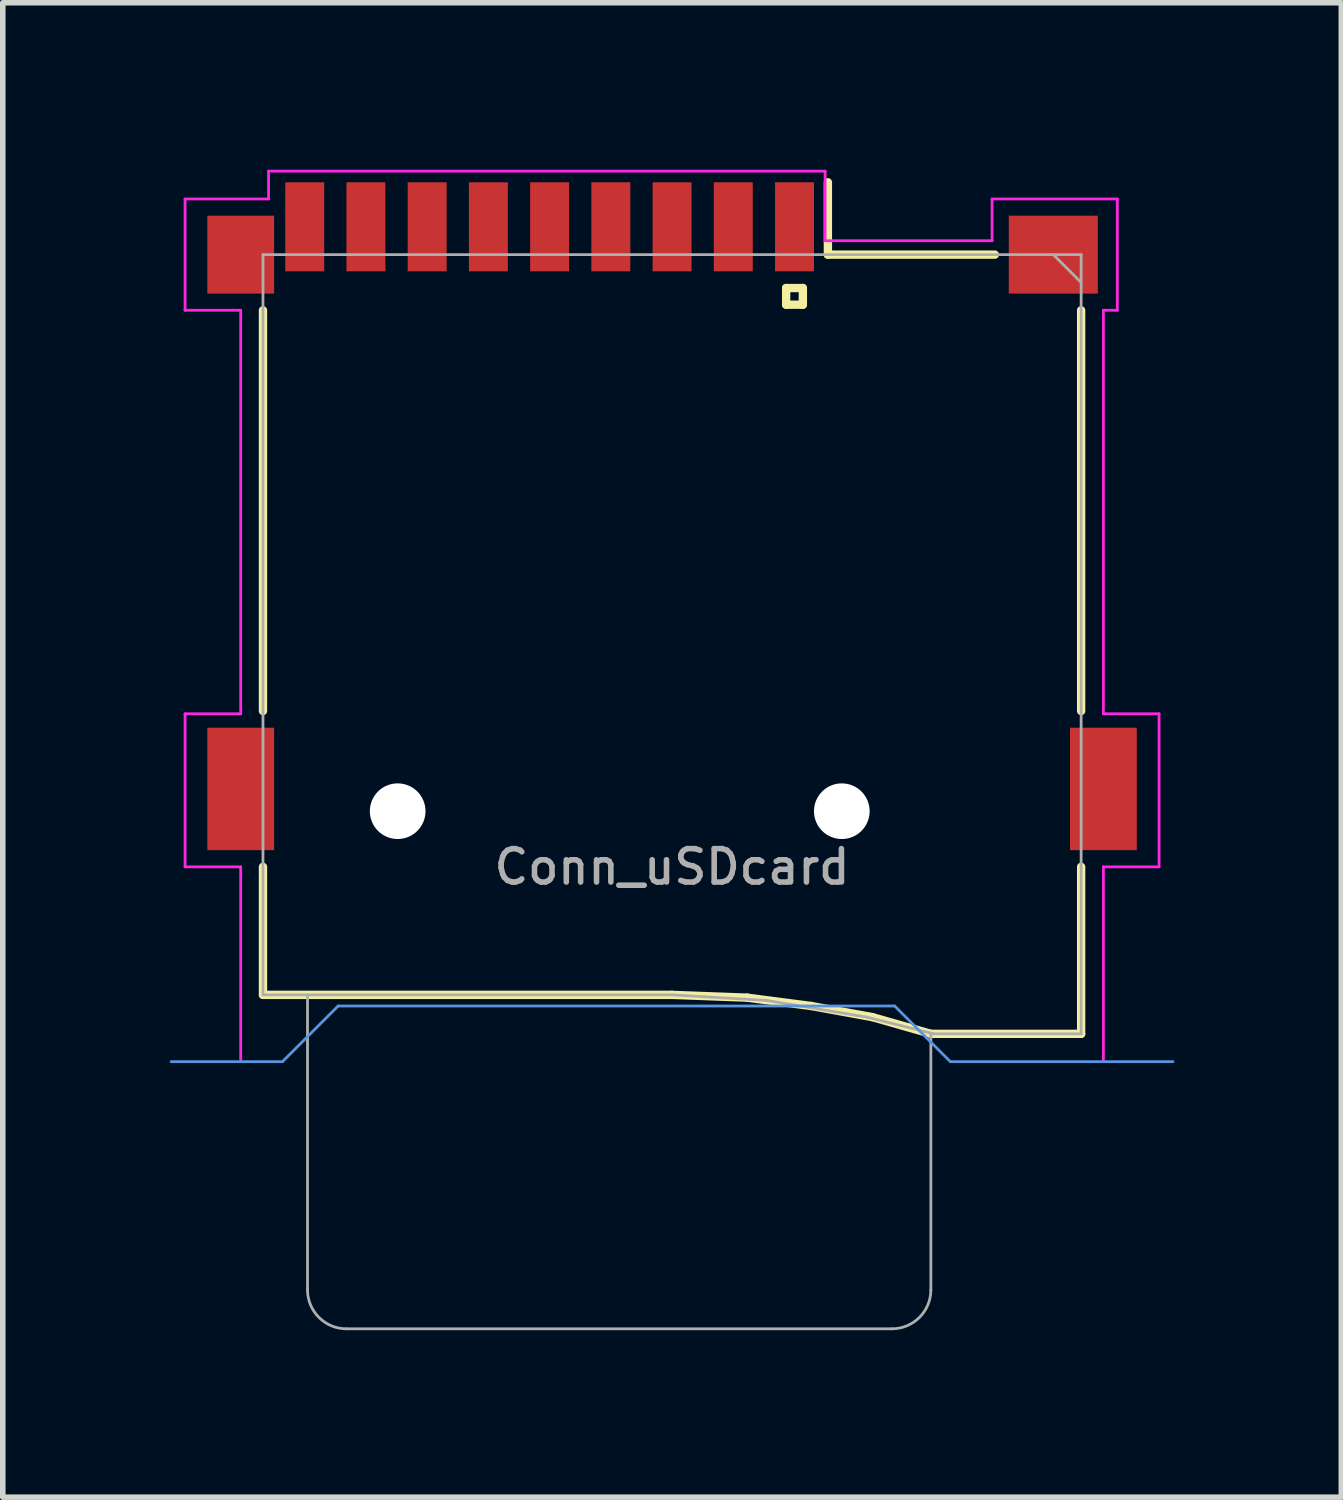
<source format=kicad_pcb>
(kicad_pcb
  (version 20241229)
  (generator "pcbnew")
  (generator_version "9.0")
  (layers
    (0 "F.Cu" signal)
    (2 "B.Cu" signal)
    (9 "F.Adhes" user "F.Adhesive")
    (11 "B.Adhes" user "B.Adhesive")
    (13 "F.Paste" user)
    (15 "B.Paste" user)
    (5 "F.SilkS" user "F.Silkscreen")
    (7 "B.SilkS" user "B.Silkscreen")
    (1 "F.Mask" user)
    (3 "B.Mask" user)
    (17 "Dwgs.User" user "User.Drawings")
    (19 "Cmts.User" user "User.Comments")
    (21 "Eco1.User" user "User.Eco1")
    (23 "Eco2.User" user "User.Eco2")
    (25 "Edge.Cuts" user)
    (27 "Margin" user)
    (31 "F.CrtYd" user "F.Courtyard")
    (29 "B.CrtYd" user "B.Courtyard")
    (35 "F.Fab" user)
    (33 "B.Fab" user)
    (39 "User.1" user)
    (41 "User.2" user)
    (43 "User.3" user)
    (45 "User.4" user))
  (footprint "Conn_uSDcard"
    (layer "F.Cu")
    (at 9.025 11.525)
    (property "Reference" "Conn_uSDcard" (at 0 1 180) (layer "F.Fab") (effects (font (size 0.6 0.6) (thickness 0.1))))
    (attr through_hole)
    (fp_line (start -7.35 -1.8) (end -7.35 -9) (stroke (width 0.15) (type solid)) (layer "F.SilkS"))
    (fp_line (start -7.35 1) (end -7.35 3.3) (stroke (width 0.15) (type solid)) (layer "F.SilkS"))
    (fp_line (start -7.35 3.3) (end 0 3.3) (stroke (width 0.15) (type solid)) (layer "F.SilkS"))
    (fp_line (start 0 3.3) (end 1.35 3.35) (stroke (width 0.15) (type solid)) (layer "F.SilkS"))
    (fp_line (start 1.35 3.35) (end 2.5 3.5) (stroke (width 0.15) (type solid)) (layer "F.SilkS"))
    (fp_line (start 2.05 -9.4) (end 2.05 -9.1) (stroke (width 0.15) (type solid)) (layer "F.SilkS"))
    (fp_line (start 2.05 -9.1) (end 2.35 -9.1) (stroke (width 0.15) (type solid)) (layer "F.SilkS"))
    (fp_line (start 2.35 -9.4) (end 2.05 -9.4) (stroke (width 0.15) (type solid)) (layer "F.SilkS"))
    (fp_line (start 2.35 -9.1) (end 2.35 -9.4) (stroke (width 0.15) (type solid)) (layer "F.SilkS"))
    (fp_line (start 2.5 3.5) (end 3.6 3.7) (stroke (width 0.15) (type solid)) (layer "F.SilkS"))
    (fp_line (start 2.8 -10) (end 2.8 -11.3) (stroke (width 0.15) (type solid)) (layer "F.SilkS"))
    (fp_line (start 2.8 -10) (end 5.8 -10) (stroke (width 0.15) (type solid)) (layer "F.SilkS"))
    (fp_line (start 3.6 3.7) (end 4.65 4) (stroke (width 0.15) (type solid)) (layer "F.SilkS"))
    (fp_line (start 4.65 4) (end 7.35 4) (stroke (width 0.15) (type solid)) (layer "F.SilkS"))
    (fp_line (start 7.35 -9) (end 7.35 -1.8) (stroke (width 0.15) (type solid)) (layer "F.SilkS"))
    (fp_line (start 7.35 4) (end 7.35 1) (stroke (width 0.15) (type solid)) (layer "F.SilkS"))
    (fp_line (start -9 4.5) (end -7 4.5) (stroke (width 0.05) (type solid)) (layer "Cmts.User"))
    (fp_line (start -7 4.5) (end -6 3.5) (stroke (width 0.05) (type solid)) (layer "Cmts.User"))
    (fp_line (start -6 3.5) (end 4 3.5) (stroke (width 0.05) (type solid)) (layer "Cmts.User"))
    (fp_line (start 4 3.5) (end 5 4.5) (stroke (width 0.05) (type solid)) (layer "Cmts.User"))
    (fp_line (start 5 4.5) (end 9 4.5) (stroke (width 0.05) (type solid)) (layer "Cmts.User"))
    (fp_line (start -8.75 -11) (end -7.25 -11) (stroke (width 0.05) (type solid)) (layer "F.CrtYd"))
    (fp_line (start -8.75 -9) (end -8.75 -11) (stroke (width 0.05) (type solid)) (layer "F.CrtYd"))
    (fp_line (start -8.75 -1.75) (end -7.75 -1.75) (stroke (width 0.05) (type solid)) (layer "F.CrtYd"))
    (fp_line (start -8.75 1) (end -8.75 -1.75) (stroke (width 0.05) (type solid)) (layer "F.CrtYd"))
    (fp_line (start -7.75 -9) (end -8.75 -9) (stroke (width 0.05) (type solid)) (layer "F.CrtYd"))
    (fp_line (start -7.75 -1.75) (end -7.75 -9) (stroke (width 0.05) (type solid)) (layer "F.CrtYd"))
    (fp_line (start -7.75 1) (end -8.75 1) (stroke (width 0.05) (type solid)) (layer "F.CrtYd"))
    (fp_line (start -7.75 4.5) (end -7.75 1) (stroke (width 0.05) (type solid)) (layer "F.CrtYd"))
    (fp_line (start -7.25 -11.5) (end 2.75 -11.5) (stroke (width 0.05) (type solid)) (layer "F.CrtYd"))
    (fp_line (start -7.25 -11) (end -7.25 -11.5) (stroke (width 0.05) (type solid)) (layer "F.CrtYd"))
    (fp_line (start 2.75 -11.5) (end 2.75 -10.25) (stroke (width 0.05) (type solid)) (layer "F.CrtYd"))
    (fp_line (start 2.75 -10.25) (end 5.75 -10.25) (stroke (width 0.05) (type solid)) (layer "F.CrtYd"))
    (fp_line (start 5.75 -11) (end 8 -11) (stroke (width 0.05) (type solid)) (layer "F.CrtYd"))
    (fp_line (start 5.75 -10.25) (end 5.75 -11) (stroke (width 0.05) (type solid)) (layer "F.CrtYd"))
    (fp_line (start 7.75 -9) (end 7.75 -1.75) (stroke (width 0.05) (type solid)) (layer "F.CrtYd"))
    (fp_line (start 7.75 -1.75) (end 8.75 -1.75) (stroke (width 0.05) (type solid)) (layer "F.CrtYd"))
    (fp_line (start 7.75 1) (end 7.75 4.5) (stroke (width 0.05) (type solid)) (layer "F.CrtYd"))
    (fp_line (start 8 -11) (end 8 -9) (stroke (width 0.05) (type solid)) (layer "F.CrtYd"))
    (fp_line (start 8 -9) (end 7.75 -9) (stroke (width 0.05) (type solid)) (layer "F.CrtYd"))
    (fp_line (start 8.75 -1.75) (end 8.75 1) (stroke (width 0.05) (type solid)) (layer "F.CrtYd"))
    (fp_line (start 8.75 1) (end 7.75 1) (stroke (width 0.05) (type solid)) (layer "F.CrtYd"))
    (fp_line (start -7.35 -10) (end -7.35 3.3) (stroke (width 0.05) (type solid)) (layer "F.Fab"))
    (fp_line (start -7.35 -10) (end 7.35 -10) (stroke (width 0.05) (type solid)) (layer "F.Fab"))
    (fp_line (start -7.35 3.3) (end 0 3.3) (stroke (width 0.05) (type solid)) (layer "F.Fab"))
    (fp_line (start -6.55 8.6) (end -6.55 3.3) (stroke (width 0.05) (type solid)) (layer "F.Fab"))
    (fp_line (start -5.85 9.3) (end 3.95 9.3) (stroke (width 0.05) (type solid)) (layer "F.Fab"))
    (fp_line (start 0 3.3) (end 1.7 3.4) (stroke (width 0.05) (type solid)) (layer "F.Fab"))
    (fp_line (start 1.7 3.4) (end 3.5 3.7) (stroke (width 0.05) (type solid)) (layer "F.Fab"))
    (fp_line (start 3.5 3.7) (end 4.7 4) (stroke (width 0.05) (type solid)) (layer "F.Fab"))
    (fp_line (start 4.65 4) (end 7.35 4) (stroke (width 0.05) (type solid)) (layer "F.Fab"))
    (fp_line (start 4.65 8.6) (end 4.65 4) (stroke (width 0.05) (type solid)) (layer "F.Fab"))
    (fp_line (start 7.35 -10) (end 7.35 4) (stroke (width 0.05) (type solid)) (layer "F.Fab"))
    (fp_line (start 7.35 -9.5) (end 6.85 -10) (stroke (width 0.05) (type solid)) (layer "F.Fab"))
    (fp_arc (start -5.85 9.3) (mid -6.344975 9.094975) (end -6.55 8.6) (stroke (width 0.05) (type solid)) (layer "F.Fab"))
    (fp_arc (start 4.65 8.6) (mid 4.444975 9.094975) (end 3.95 9.3) (stroke (width 0.05) (type solid)) (layer "F.Fab"))
    (fp_text user "${REFERENCE}" (at 2.1 -9.35 180) (layer "Eco1.User") (effects (font (size 0.3 0.3) (thickness 0.03))))
    (pad "" np_thru_hole circle (at -4.93 0) (size 1 1) (drill 1) (layers "*.Cu"))
    (pad "" np_thru_hole circle (at 3.05 0) (size 1 1) (drill 1) (layers "*.Cu"))
    (pad "1" smd rect (at 2.2 -10.5) (size 0.7 1.6) (layers "F.Cu" "F.Mask" "F.Paste"))
    (pad "2" smd rect (at 1.1 -10.5) (size 0.7 1.6) (layers "F.Cu" "F.Mask" "F.Paste"))
    (pad "3" smd rect (at 0 -10.5) (size 0.7 1.6) (layers "F.Cu" "F.Mask" "F.Paste"))
    (pad "4" smd rect (at -1.1 -10.5) (size 0.7 1.6) (layers "F.Cu" "F.Mask" "F.Paste"))
    (pad "5" smd rect (at -2.2 -10.5) (size 0.7 1.6) (layers "F.Cu" "F.Mask" "F.Paste"))
    (pad "6" smd rect (at -3.3 -10.5) (size 0.7 1.6) (layers "F.Cu" "F.Mask" "F.Paste"))
    (pad "7" smd rect (at -4.4 -10.5) (size 0.7 1.6) (layers "F.Cu" "F.Mask" "F.Paste"))
    (pad "8" smd rect (at -5.5 -10.5) (size 0.7 1.6) (layers "F.Cu" "F.Mask" "F.Paste"))
    (pad "9" smd rect (at -6.6 -10.5) (size 0.7 1.6) (layers "F.Cu" "F.Mask" "F.Paste"))
    (pad "11" smd rect (at -7.75 -10) (size 1.2 1.4) (layers "F.Cu" "F.Mask" "F.Paste"))
    (pad "11" smd rect (at -7.75 -0.4) (size 1.2 2.2) (layers "F.Cu" "F.Mask" "F.Paste"))
    (pad "11" smd rect (at 6.85 -10) (size 1.6 1.4) (layers "F.Cu" "F.Mask" "F.Paste"))
    (pad "11" smd rect (at 7.75 -0.4) (size 1.2 2.2) (layers "F.Cu" "F.Mask" "F.Paste")))
  (gr_rect
    (start -3 -3)
    (end 21.05 23.85)
    (stroke (width 0.1) (type default))
    (fill no)
    (layer "Edge.Cuts")))
</source>
